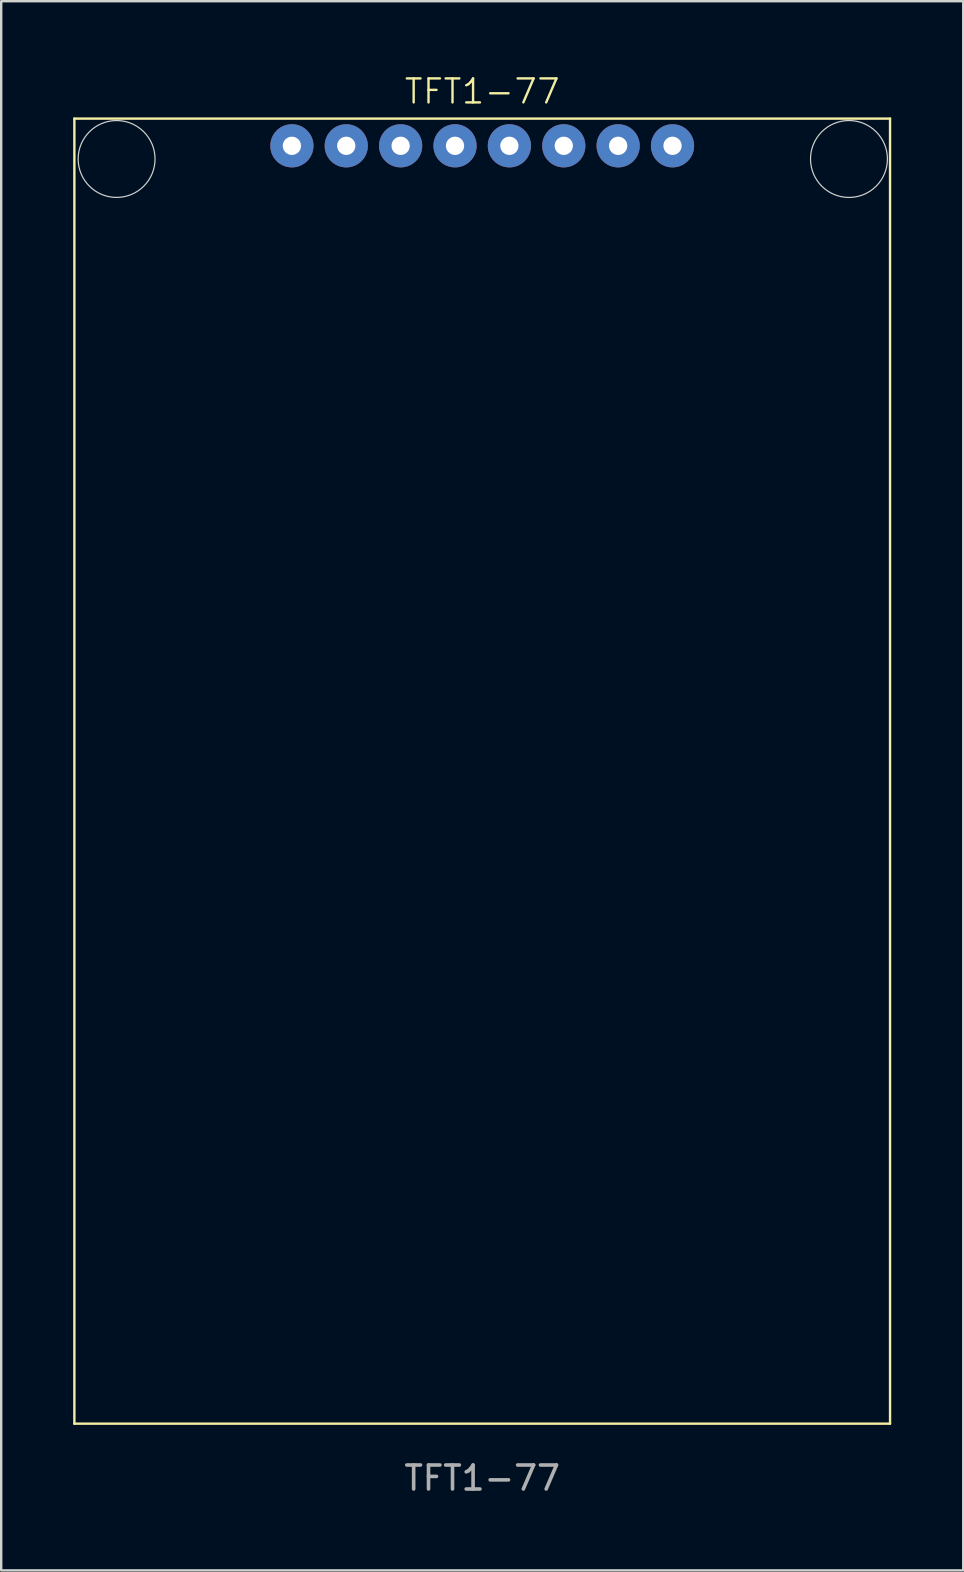
<source format=kicad_pcb>
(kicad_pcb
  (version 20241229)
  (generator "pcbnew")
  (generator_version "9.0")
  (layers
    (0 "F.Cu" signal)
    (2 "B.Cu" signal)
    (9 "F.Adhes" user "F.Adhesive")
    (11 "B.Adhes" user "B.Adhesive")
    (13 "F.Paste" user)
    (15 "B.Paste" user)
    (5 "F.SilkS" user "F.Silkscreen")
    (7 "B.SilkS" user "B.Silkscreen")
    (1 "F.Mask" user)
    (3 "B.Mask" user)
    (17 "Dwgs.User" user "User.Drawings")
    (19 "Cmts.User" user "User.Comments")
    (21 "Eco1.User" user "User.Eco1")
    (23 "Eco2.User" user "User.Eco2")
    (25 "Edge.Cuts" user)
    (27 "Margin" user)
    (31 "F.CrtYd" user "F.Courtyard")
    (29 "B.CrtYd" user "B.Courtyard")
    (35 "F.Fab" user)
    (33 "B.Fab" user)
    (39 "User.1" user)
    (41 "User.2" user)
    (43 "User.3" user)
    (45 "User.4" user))
  (footprint "TFT1-77"
    (layer "F.Cu")
    (at 17.05 27.961)
    (property "Reference" "TFT1-77" (at -0.000015 -27.2 0) (unlocked yes) (layer "F.SilkS") (effects (font (size 1 1) (thickness 0.1))))
    (attr through_hole)
    (fp_line (start -17 -26.067) (end 17 -26.067) (stroke (width 0.1) (type default)) (layer "F.SilkS"))
    (fp_line (start -17 28.333) (end -17 -26.067) (stroke (width 0.1) (type default)) (layer "F.SilkS"))
    (fp_line (start 17 -26.067) (end 17 28.333) (stroke (width 0.1) (type default)) (layer "F.SilkS"))
    (fp_line (start 17 28.333) (end -17 28.333) (stroke (width 0.1) (type default)) (layer "F.SilkS"))
    (fp_circle (center -15.24 -24.384) (end -14.107 -23.251) (stroke (width 0.05) (type default)) (fill no) (layer "Edge.Cuts"))
    (fp_circle (center 15.288 -24.384) (end 16.422 -23.251) (stroke (width 0.05) (type default)) (fill no) (layer "Edge.Cuts"))
    (fp_text user "1.77\" 160(RGB)x128" (at -7.933 27.2 0) (unlocked yes) (layer "F.Mask") (effects (font (size 1 1) (thickness 0.15)) (justify left bottom)))
    (fp_text user "${REFERENCE}" (at -0.000015 30.6 0) (unlocked yes) (layer "F.Fab") (effects (font (size 1 1) (thickness 0.15))))
    (pad "CS" thru_hole circle (at 5.667 -24.933) (size 1.8 1.8) (drill 0.762) (layers "*.Cu" "*.Mask"))
    (pad "GND" thru_hole circle (at -7.933 -24.933) (size 1.8 1.8) (drill 0.762) (layers "*.Cu" "*.Mask"))
    (pad "LEDA" thru_hole circle (at 7.933 -24.933) (size 1.8 1.8) (drill 0.762) (layers "*.Cu" "*.Mask"))
    (pad "RES" thru_hole circle (at 1.133 -24.933) (size 1.8 1.8) (drill 0.762) (layers "*.Cu" "*.Mask"))
    (pad "RS" thru_hole circle (at 3.4 -24.933) (size 1.8 1.8) (drill 0.762) (layers "*.Cu" "*.Mask"))
    (pad "SCK" thru_hole circle (at -3.4 -24.933) (size 1.8 1.8) (drill 0.762) (layers "*.Cu" "*.Mask"))
    (pad "SDA" thru_hole circle (at -1.133 -24.933) (size 1.8 1.8) (drill 0.762) (layers "*.Cu" "*.Mask"))
    (pad "VCC" thru_hole circle (at -5.667 -24.933) (size 1.8 1.8) (drill 0.762) (layers "*.Cu" "*.Mask")))
  (gr_rect
    (start -3 -3)
    (end 37.1 62.409)
    (stroke (width 0.1) (type default))
    (fill no)
    (layer "Edge.Cuts")))
</source>
